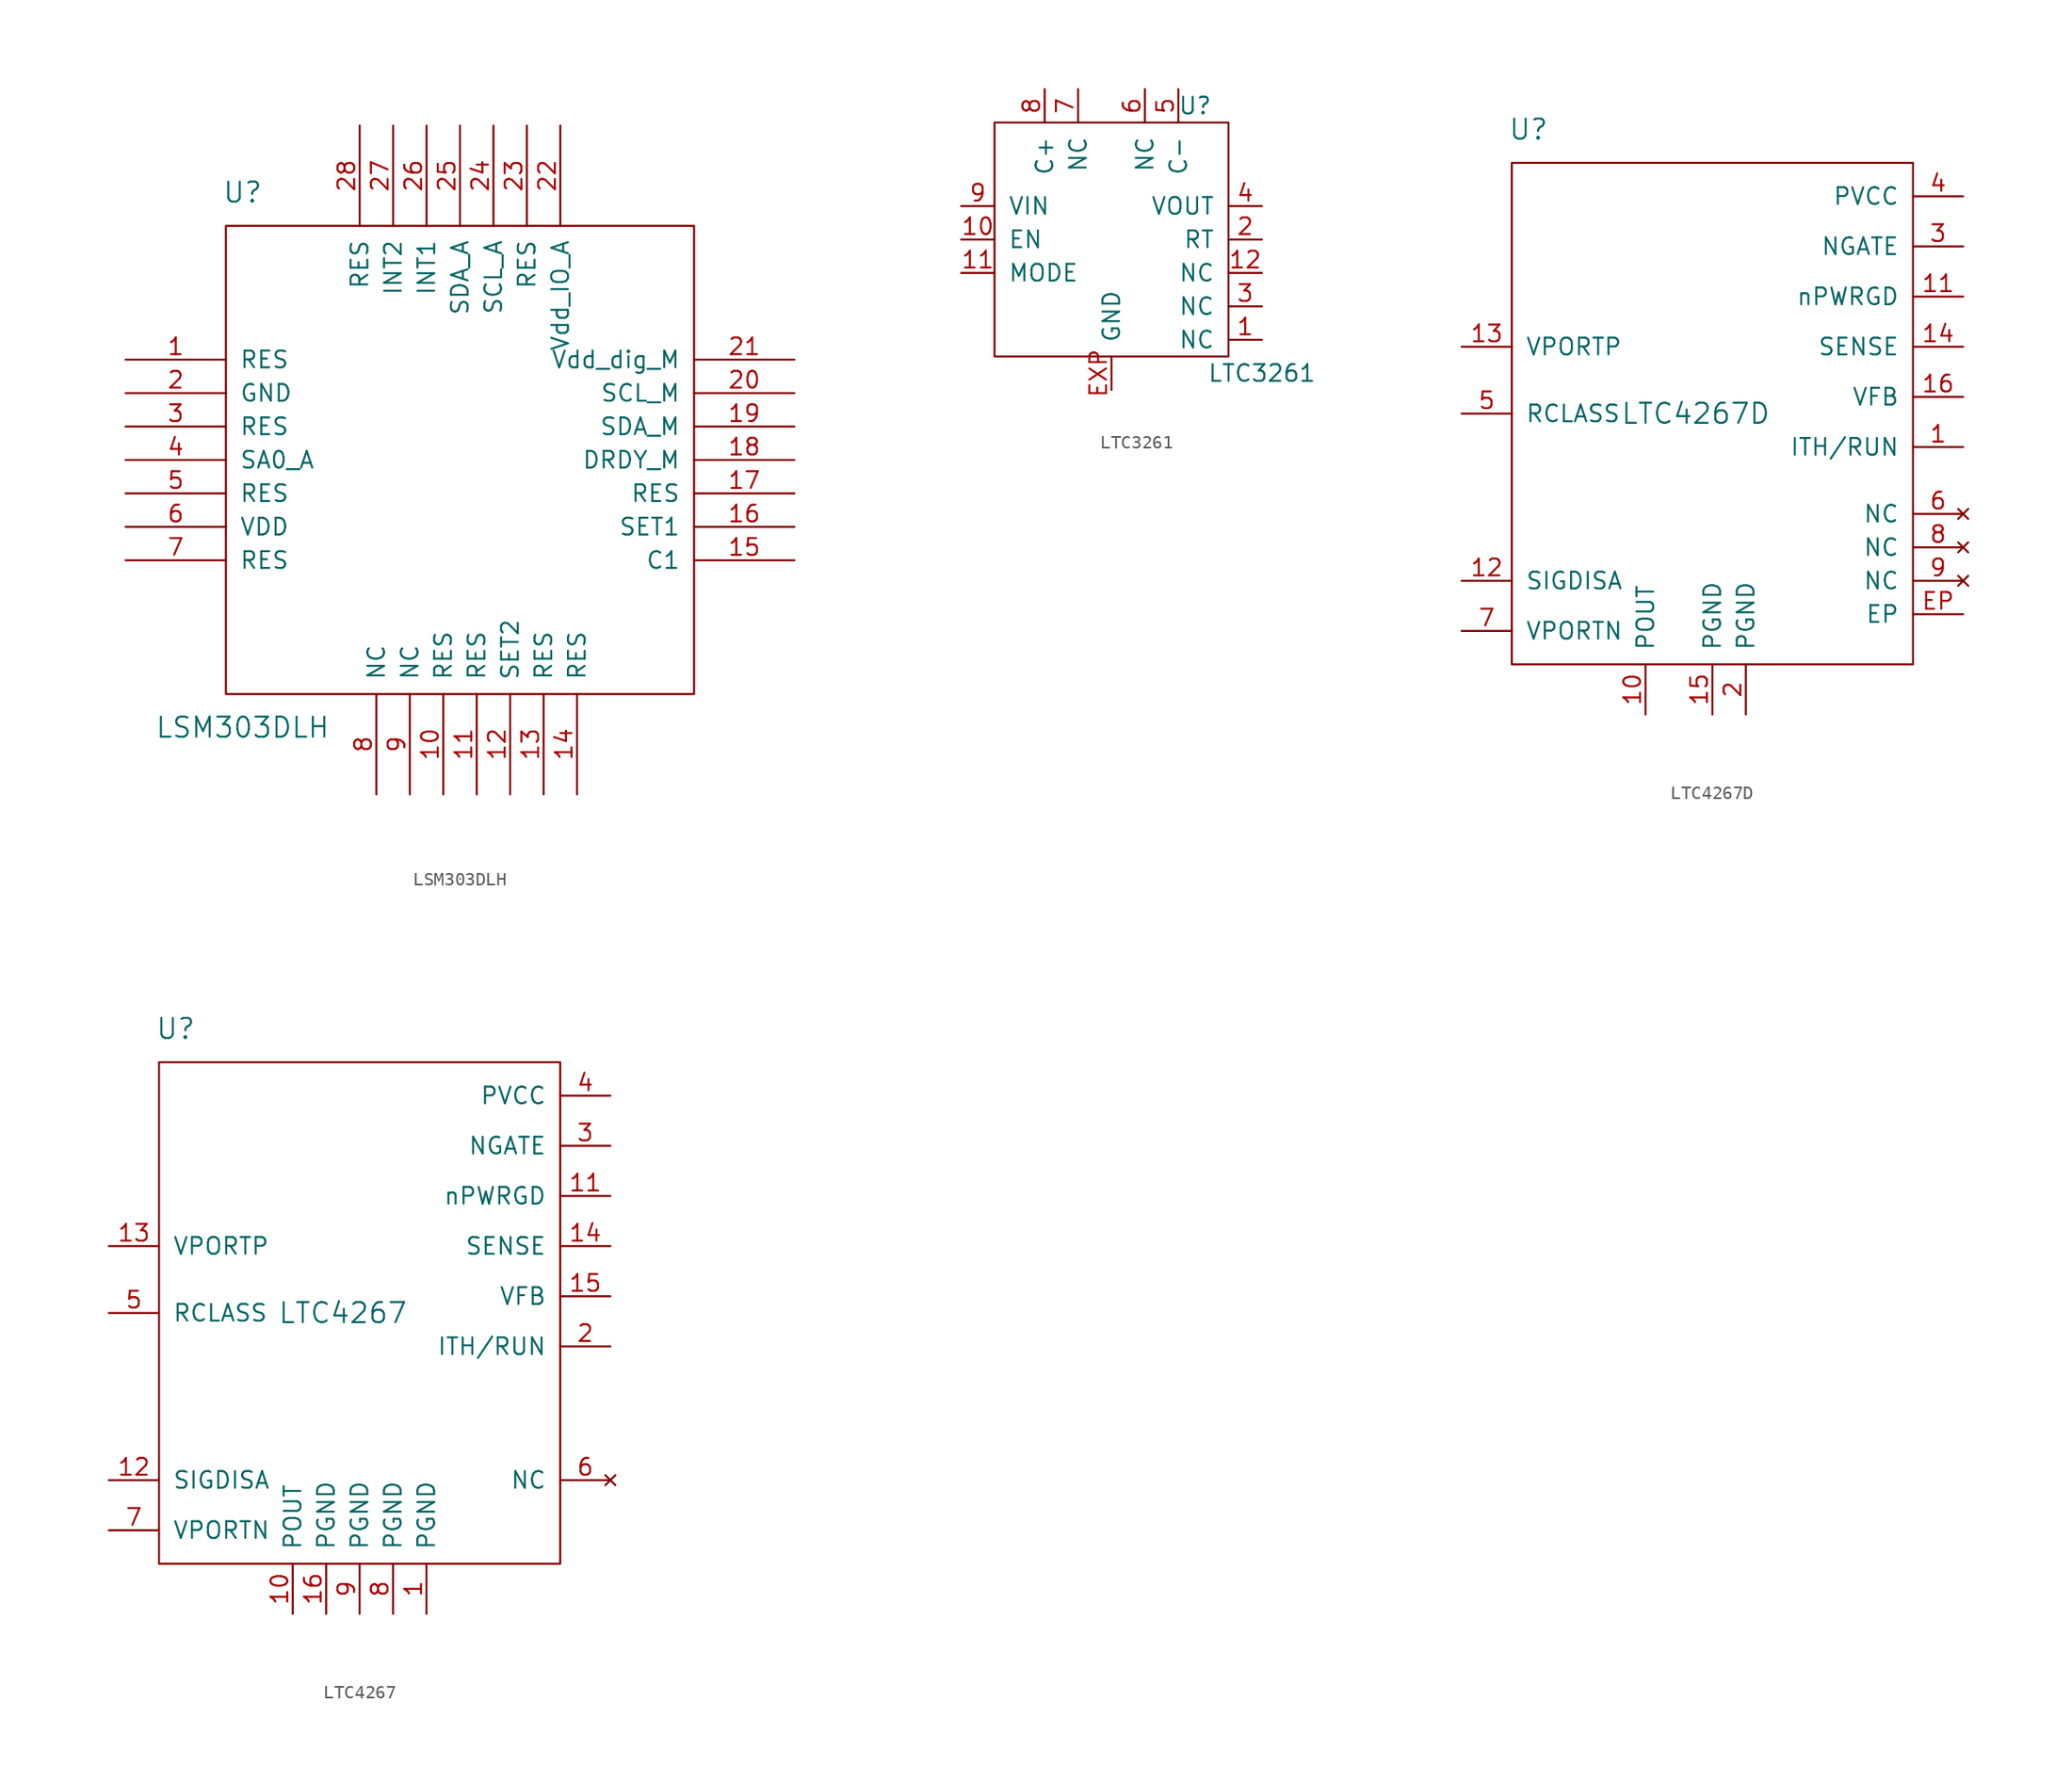
<source format=kicad_sym>
(kicad_symbol_lib
  (version 20210619)
  (generator kicad_symbol_editor)
  (symbol "tinkerforge:LSM303DLH"
    (pin_names
      (offset 1.016))
    (property "Reference" "U"
      (at -16.51 20.32 0)
      (effects (font (size 1.524 1.524))))
    (property "Value" "LSM303DLH"
      (at -16.51 -20.32 0)
      (effects (font (size 1.524 1.524))))
    (property "Footprint" ""
      (at 0 0 0)
      (effects (font (size 1.524 1.524))))
    (property "Datasheet" ""
      (at 0 0 0)
      (effects (font (size 1.524 1.524))))
    (symbol "LSM303DLH_0_1"
      (rectangle (start -17.78 17.78) (end 17.78 -17.78) (stroke (width 0)) (fill (type none))))
    (symbol "LSM303DLH_1_1"
      (pin input line (at -25.4 7.62 0) (length 7.62) (name "RES" (effects (font (size 1.27 1.27)))) (number "1" (effects (font (size 1.27 1.27)))))
      (pin passive line (at -1.27 -25.4 90) (length 7.62) (name "RES" (effects (font (size 1.27 1.27)))) (number "10" (effects (font (size 1.27 1.27)))))
      (pin passive line (at 1.27 -25.4 90) (length 7.62) (name "RES" (effects (font (size 1.27 1.27)))) (number "11" (effects (font (size 1.27 1.27)))))
      (pin passive line (at 3.81 -25.4 90) (length 7.62) (name "SET2" (effects (font (size 1.27 1.27)))) (number "12" (effects (font (size 1.27 1.27)))))
      (pin passive line (at 6.35 -25.4 90) (length 7.62) (name "RES" (effects (font (size 1.27 1.27)))) (number "13" (effects (font (size 1.27 1.27)))))
      (pin passive line (at 8.89 -25.4 90) (length 7.62) (name "RES" (effects (font (size 1.27 1.27)))) (number "14" (effects (font (size 1.27 1.27)))))
      (pin passive line (at 25.4 -7.62 180) (length 7.62) (name "C1" (effects (font (size 1.27 1.27)))) (number "15" (effects (font (size 1.27 1.27)))))
      (pin passive line (at 25.4 -5.08 180) (length 7.62) (name "SET1" (effects (font (size 1.27 1.27)))) (number "16" (effects (font (size 1.27 1.27)))))
      (pin passive line (at 25.4 -2.54 180) (length 7.62) (name "RES" (effects (font (size 1.27 1.27)))) (number "17" (effects (font (size 1.27 1.27)))))
      (pin passive line (at 25.4 0 180) (length 7.62) (name "DRDY_M" (effects (font (size 1.27 1.27)))) (number "18" (effects (font (size 1.27 1.27)))))
      (pin passive line (at 25.4 2.54 180) (length 7.62) (name "SDA_M" (effects (font (size 1.27 1.27)))) (number "19" (effects (font (size 1.27 1.27)))))
      (pin passive line (at -25.4 5.08 0) (length 7.62) (name "GND" (effects (font (size 1.27 1.27)))) (number "2" (effects (font (size 1.27 1.27)))))
      (pin passive line (at 25.4 5.08 180) (length 7.62) (name "SCL_M" (effects (font (size 1.27 1.27)))) (number "20" (effects (font (size 1.27 1.27)))))
      (pin passive line (at 25.4 7.62 180) (length 7.62) (name "Vdd_dig_M" (effects (font (size 1.27 1.27)))) (number "21" (effects (font (size 1.27 1.27)))))
      (pin passive line (at 7.62 25.4 270) (length 7.62) (name "Vdd_IO_A" (effects (font (size 1.27 1.27)))) (number "22" (effects (font (size 1.27 1.27)))))
      (pin passive line (at 5.08 25.4 270) (length 7.62) (name "RES" (effects (font (size 1.27 1.27)))) (number "23" (effects (font (size 1.27 1.27)))))
      (pin passive line (at 2.54 25.4 270) (length 7.62) (name "SCL_A" (effects (font (size 1.27 1.27)))) (number "24" (effects (font (size 1.27 1.27)))))
      (pin passive line (at 0 25.4 270) (length 7.62) (name "SDA_A" (effects (font (size 1.27 1.27)))) (number "25" (effects (font (size 1.27 1.27)))))
      (pin passive line (at -2.54 25.4 270) (length 7.62) (name "INT1" (effects (font (size 1.27 1.27)))) (number "26" (effects (font (size 1.27 1.27)))))
      (pin passive line (at -5.08 25.4 270) (length 7.62) (name "INT2" (effects (font (size 1.27 1.27)))) (number "27" (effects (font (size 1.27 1.27)))))
      (pin passive line (at -7.62 25.4 270) (length 7.62) (name "RES" (effects (font (size 1.27 1.27)))) (number "28" (effects (font (size 1.27 1.27)))))
      (pin input line (at -25.4 2.54 0) (length 7.62) (name "RES" (effects (font (size 1.27 1.27)))) (number "3" (effects (font (size 1.27 1.27)))))
      (pin passive line (at -25.4 0 0) (length 7.62) (name "SA0_A" (effects (font (size 1.27 1.27)))) (number "4" (effects (font (size 1.27 1.27)))))
      (pin input line (at -25.4 -2.54 0) (length 7.62) (name "RES" (effects (font (size 1.27 1.27)))) (number "5" (effects (font (size 1.27 1.27)))))
      (pin power_in line (at -25.4 -5.08 0) (length 7.62) (name "VDD" (effects (font (size 1.27 1.27)))) (number "6" (effects (font (size 1.27 1.27)))))
      (pin input line (at -25.4 -7.62 0) (length 7.62) (name "RES" (effects (font (size 1.27 1.27)))) (number "7" (effects (font (size 1.27 1.27)))))
      (pin input line (at -6.35 -25.4 90) (length 7.62) (name "NC" (effects (font (size 1.27 1.27)))) (number "8" (effects (font (size 1.27 1.27)))))
      (pin input line (at -3.81 -25.4 90) (length 7.62) (name "NC" (effects (font (size 1.27 1.27)))) (number "9" (effects (font (size 1.27 1.27)))))))
  (symbol "tinkerforge:LTC3261"
    (pin_names
      (offset 1.016))
    (property "Reference" "U"
      (at 6.35 8.89 0)
      (effects (font (size 1.27 1.27))))
    (property "Value" "LTC3261"
      (at 11.43 -11.43 0)
      (effects (font (size 1.27 1.27))))
    (symbol "LTC3261_0_1"
      (rectangle (start -8.89 7.62) (end 8.89 -10.16) (stroke (width 0)) (fill (type none))))
    (symbol "LTC3261_1_1"
      (pin passive line (at 11.43 -8.89 180) (length 2.54) (name "NC" (effects (font (size 1.27 1.27)))) (number "1" (effects (font (size 1.27 1.27)))))
      (pin passive line (at -11.43 -1.27 0) (length 2.54) (name "EN" (effects (font (size 1.27 1.27)))) (number "10" (effects (font (size 1.27 1.27)))))
      (pin passive line (at -11.43 -3.81 0) (length 2.54) (name "MODE" (effects (font (size 1.27 1.27)))) (number "11" (effects (font (size 1.27 1.27)))))
      (pin passive line (at 11.43 -3.81 180) (length 2.54) (name "NC" (effects (font (size 1.27 1.27)))) (number "12" (effects (font (size 1.27 1.27)))))
      (pin passive line (at 11.43 -1.27 180) (length 2.54) (name "RT" (effects (font (size 1.27 1.27)))) (number "2" (effects (font (size 1.27 1.27)))))
      (pin passive line (at 11.43 -6.35 180) (length 2.54) (name "NC" (effects (font (size 1.27 1.27)))) (number "3" (effects (font (size 1.27 1.27)))))
      (pin passive line (at 11.43 1.27 180) (length 2.54) (name "VOUT" (effects (font (size 1.27 1.27)))) (number "4" (effects (font (size 1.27 1.27)))))
      (pin passive line (at 5.08 10.16 270) (length 2.54) (name "C-" (effects (font (size 1.27 1.27)))) (number "5" (effects (font (size 1.27 1.27)))))
      (pin passive line (at 2.54 10.16 270) (length 2.54) (name "NC" (effects (font (size 1.27 1.27)))) (number "6" (effects (font (size 1.27 1.27)))))
      (pin passive line (at -2.54 10.16 270) (length 2.54) (name "NC" (effects (font (size 1.27 1.27)))) (number "7" (effects (font (size 1.27 1.27)))))
      (pin passive line (at -5.08 10.16 270) (length 2.54) (name "C+" (effects (font (size 1.27 1.27)))) (number "8" (effects (font (size 1.27 1.27)))))
      (pin passive line (at -11.43 1.27 0) (length 2.54) (name "VIN" (effects (font (size 1.27 1.27)))) (number "9" (effects (font (size 1.27 1.27)))))
      (pin passive line (at 0 -12.7 90) (length 2.54) (name "GND" (effects (font (size 1.27 1.27)))) (number "EXP" (effects (font (size 1.27 1.27)))))))
  (symbol "tinkerforge:LTC4267D"
    (pin_names
      (offset 1.016))
    (property "Reference" "U"
      (at -13.97 20.32 0)
      (effects (font (size 1.524 1.524))))
    (property "Value" "LTC4267D"
      (at -1.27 -1.27 0)
      (effects (font (size 1.524 1.524))))
    (property "Footprint" ""
      (at 0 0 0)
      (effects (font (size 1.524 1.524))))
    (property "Datasheet" ""
      (at 0 0 0)
      (effects (font (size 1.524 1.524))))
    (symbol "LTC4267D_0_1"
      (rectangle (start 15.24 17.78) (end -15.24 -20.32) (stroke (width 0)) (fill (type none))))
    (symbol "LTC4267D_1_1"
      (pin passive line (at 19.05 -3.81 180) (length 3.81) (name "ITH/RUN" (effects (font (size 1.27 1.27)))) (number "1" (effects (font (size 1.27 1.27)))))
      (pin passive line (at -5.08 -24.13 90) (length 3.81) (name "POUT" (effects (font (size 1.27 1.27)))) (number "10" (effects (font (size 1.27 1.27)))))
      (pin passive line (at 19.05 7.62 180) (length 3.81) (name "nPWRGD" (effects (font (size 1.27 1.27)))) (number "11" (effects (font (size 1.27 1.27)))))
      (pin passive line (at -19.05 -13.97 0) (length 3.81) (name "SIGDISA" (effects (font (size 1.27 1.27)))) (number "12" (effects (font (size 1.27 1.27)))))
      (pin passive line (at -19.05 3.81 0) (length 3.81) (name "VPORTP" (effects (font (size 1.27 1.27)))) (number "13" (effects (font (size 1.27 1.27)))))
      (pin passive line (at 19.05 3.81 180) (length 3.81) (name "SENSE" (effects (font (size 1.27 1.27)))) (number "14" (effects (font (size 1.27 1.27)))))
      (pin passive line (at 0 -24.13 90) (length 3.81) (name "PGND" (effects (font (size 1.27 1.27)))) (number "15" (effects (font (size 1.27 1.27)))))
      (pin passive line (at 19.05 0 180) (length 3.81) (name "VFB" (effects (font (size 1.27 1.27)))) (number "16" (effects (font (size 1.27 1.27)))))
      (pin passive line (at 2.54 -24.13 90) (length 3.81) (name "PGND" (effects (font (size 1.27 1.27)))) (number "2" (effects (font (size 1.27 1.27)))))
      (pin passive line (at 19.05 11.43 180) (length 3.81) (name "NGATE" (effects (font (size 1.27 1.27)))) (number "3" (effects (font (size 1.27 1.27)))))
      (pin passive line (at 19.05 15.24 180) (length 3.81) (name "PVCC" (effects (font (size 1.27 1.27)))) (number "4" (effects (font (size 1.27 1.27)))))
      (pin passive line (at -19.05 -1.27 0) (length 3.81) (name "RCLASS" (effects (font (size 1.27 1.27)))) (number "5" (effects (font (size 1.27 1.27)))))
      (pin no_connect line (at 19.05 -8.89 180) (length 3.81) (name "NC" (effects (font (size 1.27 1.27)))) (number "6" (effects (font (size 1.27 1.27)))))
      (pin passive line (at -19.05 -17.78 0) (length 3.81) (name "VPORTN" (effects (font (size 1.27 1.27)))) (number "7" (effects (font (size 1.27 1.27)))))
      (pin no_connect line (at 19.05 -11.43 180) (length 3.81) (name "NC" (effects (font (size 1.27 1.27)))) (number "8" (effects (font (size 1.27 1.27)))))
      (pin no_connect line (at 19.05 -13.97 180) (length 3.81) (name "NC" (effects (font (size 1.27 1.27)))) (number "9" (effects (font (size 1.27 1.27)))))
      (pin passive line (at 19.05 -16.51 180) (length 3.81) (name "EP" (effects (font (size 1.27 1.27)))) (number "EP" (effects (font (size 1.27 1.27)))))))
  (symbol "tinkerforge:LTC4267"
    (pin_names
      (offset 1.016))
    (property "Reference" "U"
      (at -13.97 20.32 0)
      (effects (font (size 1.524 1.524))))
    (property "Value" "LTC4267"
      (at -1.27 -1.27 0)
      (effects (font (size 1.524 1.524))))
    (property "Footprint" ""
      (at 0 0 0)
      (effects (font (size 1.524 1.524))))
    (property "Datasheet" ""
      (at 0 0 0)
      (effects (font (size 1.524 1.524))))
    (symbol "LTC4267_0_1"
      (rectangle (start 15.24 17.78) (end -15.24 -20.32) (stroke (width 0)) (fill (type none))))
    (symbol "LTC4267_1_1"
      (pin passive line (at 5.08 -24.13 90) (length 3.81) (name "PGND" (effects (font (size 1.27 1.27)))) (number "1" (effects (font (size 1.27 1.27)))))
      (pin passive line (at -5.08 -24.13 90) (length 3.81) (name "POUT" (effects (font (size 1.27 1.27)))) (number "10" (effects (font (size 1.27 1.27)))))
      (pin passive line (at 19.05 7.62 180) (length 3.81) (name "nPWRGD" (effects (font (size 1.27 1.27)))) (number "11" (effects (font (size 1.27 1.27)))))
      (pin passive line (at -19.05 -13.97 0) (length 3.81) (name "SIGDISA" (effects (font (size 1.27 1.27)))) (number "12" (effects (font (size 1.27 1.27)))))
      (pin passive line (at -19.05 3.81 0) (length 3.81) (name "VPORTP" (effects (font (size 1.27 1.27)))) (number "13" (effects (font (size 1.27 1.27)))))
      (pin passive line (at 19.05 3.81 180) (length 3.81) (name "SENSE" (effects (font (size 1.27 1.27)))) (number "14" (effects (font (size 1.27 1.27)))))
      (pin passive line (at 19.05 0 180) (length 3.81) (name "VFB" (effects (font (size 1.27 1.27)))) (number "15" (effects (font (size 1.27 1.27)))))
      (pin passive line (at -2.54 -24.13 90) (length 3.81) (name "PGND" (effects (font (size 1.27 1.27)))) (number "16" (effects (font (size 1.27 1.27)))))
      (pin passive line (at 19.05 -3.81 180) (length 3.81) (name "ITH/RUN" (effects (font (size 1.27 1.27)))) (number "2" (effects (font (size 1.27 1.27)))))
      (pin passive line (at 19.05 11.43 180) (length 3.81) (name "NGATE" (effects (font (size 1.27 1.27)))) (number "3" (effects (font (size 1.27 1.27)))))
      (pin passive line (at 19.05 15.24 180) (length 3.81) (name "PVCC" (effects (font (size 1.27 1.27)))) (number "4" (effects (font (size 1.27 1.27)))))
      (pin passive line (at -19.05 -1.27 0) (length 3.81) (name "RCLASS" (effects (font (size 1.27 1.27)))) (number "5" (effects (font (size 1.27 1.27)))))
      (pin no_connect line (at 19.05 -13.97 180) (length 3.81) (name "NC" (effects (font (size 1.27 1.27)))) (number "6" (effects (font (size 1.27 1.27)))))
      (pin passive line (at -19.05 -17.78 0) (length 3.81) (name "VPORTN" (effects (font (size 1.27 1.27)))) (number "7" (effects (font (size 1.27 1.27)))))
      (pin passive line (at 2.54 -24.13 90) (length 3.81) (name "PGND" (effects (font (size 1.27 1.27)))) (number "8" (effects (font (size 1.27 1.27)))))
      (pin passive line (at 0 -24.13 90) (length 3.81) (name "PGND" (effects (font (size 1.27 1.27)))) (number "9" (effects (font (size 1.27 1.27))))))))
</source>
